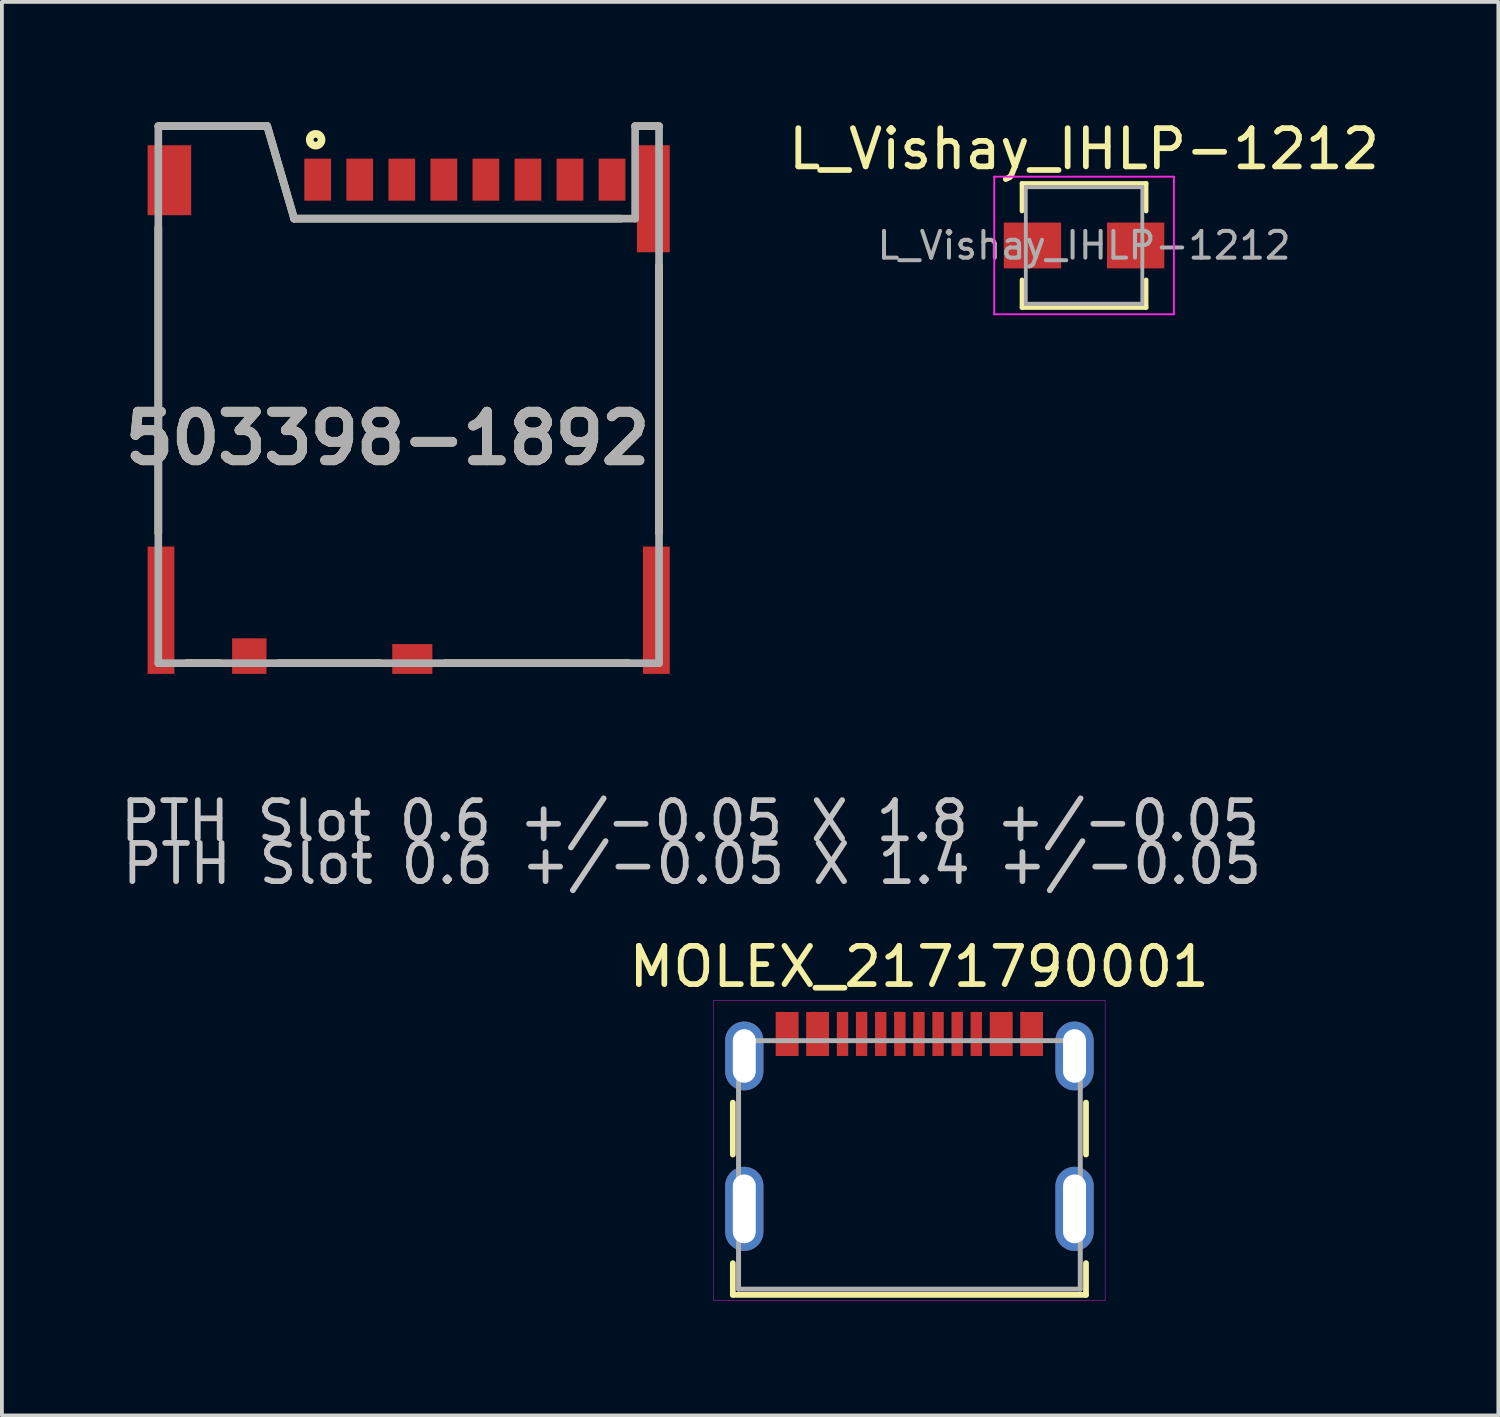
<source format=kicad_pcb>
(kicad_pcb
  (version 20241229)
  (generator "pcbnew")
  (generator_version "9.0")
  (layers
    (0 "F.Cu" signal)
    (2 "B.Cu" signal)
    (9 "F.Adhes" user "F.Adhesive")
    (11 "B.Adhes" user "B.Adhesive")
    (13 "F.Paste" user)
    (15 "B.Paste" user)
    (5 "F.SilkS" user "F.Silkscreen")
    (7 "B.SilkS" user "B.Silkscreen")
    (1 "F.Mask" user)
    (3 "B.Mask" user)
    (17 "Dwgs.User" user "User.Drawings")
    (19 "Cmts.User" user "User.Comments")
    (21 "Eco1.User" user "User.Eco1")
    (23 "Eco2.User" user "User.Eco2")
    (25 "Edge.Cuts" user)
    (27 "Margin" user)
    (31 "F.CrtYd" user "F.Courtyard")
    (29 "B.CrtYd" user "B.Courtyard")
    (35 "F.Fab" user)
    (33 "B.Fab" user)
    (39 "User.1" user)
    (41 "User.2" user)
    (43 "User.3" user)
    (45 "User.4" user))
  (footprint "MOLEX_2171790001"
    (layer "F.Cu")
    (at 20.742 27.426)
    (property "Reference" "MOLEX_2171790001" (at 0.255 -5.185 0) (layer "F.SilkS") (effects (font (size 1 1) (thickness 0.15))))
    (attr through_hole)
    (fp_poly (pts (xy -3.558 -4.064) (xy -2.841 -4.064) (xy -2.841 -2.787) (xy -3.558 -2.787)) (stroke (width 0.01) (type solid)) (fill yes) (layer "F.Mask"))
    (fp_poly (pts (xy -2.759 -4.064) (xy -2.042 -4.064) (xy -2.042 -2.787) (xy -2.759 -2.787)) (stroke (width 0.01) (type solid)) (fill yes) (layer "F.Mask"))
    (fp_poly (pts (xy -1.962 -4.064) (xy -1.538 -4.064) (xy -1.538 -2.787) (xy -1.962 -2.787)) (stroke (width 0.01) (type solid)) (fill yes) (layer "F.Mask"))
    (fp_poly (pts (xy -1.462 -4.064) (xy -1.038 -4.064) (xy -1.038 -2.787) (xy -1.462 -2.787)) (stroke (width 0.01) (type solid)) (fill yes) (layer "F.Mask"))
    (fp_poly (pts (xy -0.963 -4.064) (xy -0.537 -4.064) (xy -0.537 -2.787) (xy -0.963 -2.787)) (stroke (width 0.01) (type solid)) (fill yes) (layer "F.Mask"))
    (fp_poly (pts (xy -0.463 -4.064) (xy -0.037 -4.064) (xy -0.037 -2.787) (xy -0.463 -2.787)) (stroke (width 0.01) (type solid)) (fill yes) (layer "F.Mask"))
    (fp_poly (pts (xy 0.037 -4.064) (xy 0.463 -4.064) (xy 0.463 -2.787) (xy 0.037 -2.787)) (stroke (width 0.01) (type solid)) (fill yes) (layer "F.Mask"))
    (fp_poly (pts (xy 0.537 -4.064) (xy 0.963 -4.064) (xy 0.963 -2.787) (xy 0.537 -2.787)) (stroke (width 0.01) (type solid)) (fill yes) (layer "F.Mask"))
    (fp_poly (pts (xy 1.038 -4.064) (xy 1.462 -4.064) (xy 1.462 -2.787) (xy 1.038 -2.787)) (stroke (width 0.01) (type solid)) (fill yes) (layer "F.Mask"))
    (fp_poly (pts (xy 1.538 -4.064) (xy 1.962 -4.064) (xy 1.962 -2.787) (xy 1.538 -2.787)) (stroke (width 0.01) (type solid)) (fill yes) (layer "F.Mask"))
    (fp_poly (pts (xy 2.042 -4.064) (xy 2.759 -4.064) (xy 2.759 -2.787) (xy 2.042 -2.787)) (stroke (width 0.01) (type solid)) (fill yes) (layer "F.Mask"))
    (fp_poly (pts (xy 2.841 -4.064) (xy 3.558 -4.064) (xy 3.558 -2.787) (xy 2.841 -2.787)) (stroke (width 0.01) (type solid)) (fill yes) (layer "F.Mask"))
    (fp_line (start -4.62 -0.27) (end -4.62 -1.63) (stroke (width 0.15) (type solid)) (layer "F.SilkS"))
    (fp_line (start -4.62 3.4) (end -4.62 2.57) (stroke (width 0.15) (type solid)) (layer "F.SilkS"))
    (fp_line (start 4.62 -1.63) (end 4.62 -0.27) (stroke (width 0.15) (type solid)) (layer "F.SilkS"))
    (fp_line (start 4.62 2.57) (end 4.62 3.4) (stroke (width 0.15) (type solid)) (layer "F.SilkS"))
    (fp_line (start 4.62 3.4) (end -4.62 3.4) (stroke (width 0.15) (type solid)) (layer "F.SilkS"))
    (fp_line (start -5.12 -4.3) (end 5.12 -4.3) (stroke (width 0.01) (type solid)) (layer "F.CrtYd"))
    (fp_line (start -5.12 3.55) (end -5.12 -4.3) (stroke (width 0.01) (type solid)) (layer "F.CrtYd"))
    (fp_line (start 5.12 -4.3) (end 5.12 3.55) (stroke (width 0.01) (type solid)) (layer "F.CrtYd"))
    (fp_line (start 5.12 3.55) (end -5.12 3.55) (stroke (width 0.01) (type solid)) (layer "F.CrtYd"))
    (fp_line (start -4.47 -3.25) (end 4.47 -3.25) (stroke (width 0.13) (type solid)) (layer "F.Fab"))
    (fp_line (start -4.47 3.25) (end -4.47 -3.25) (stroke (width 0.13) (type solid)) (layer "F.Fab"))
    (fp_line (start 4.47 -3.25) (end 4.47 3.25) (stroke (width 0.13) (type solid)) (layer "F.Fab"))
    (fp_line (start 4.47 3.25) (end -4.47 3.25) (stroke (width 0.13) (type solid)) (layer "F.Fab"))
    (fp_text user "PTH Slot 0.6 +/-0.05 X 1.8 +/-0.05" (at -5.736 -8.998 0) (layer "Dwgs.User") (effects (font (size 1 1) (thickness 0.15))))
    (fp_text user "PTH Slot 0.6 +/-0.05 X 1.4 +/-0.05" (at -5.686 -7.878 0) (layer "Dwgs.User") (effects (font (size 1 1) (thickness 0.15))))
    (pad "A1" smd rect (at -3.2 -3.425) (size 0.59 1.15) (layers "F.Cu" "F.Paste"))
    (pad "A4" smd rect (at -2.4 -3.425) (size 0.59 1.15) (layers "F.Cu" "F.Paste"))
    (pad "A5" smd rect (at -1.25 -3.425) (size 0.298 1.15) (layers "F.Cu" "F.Paste"))
    (pad "A6" smd rect (at -0.25 -3.425) (size 0.298 1.15) (layers "F.Cu" "F.Paste"))
    (pad "A7" smd rect (at 0.25 -3.425) (size 0.298 1.15) (layers "F.Cu" "F.Paste"))
    (pad "A8" smd rect (at 1.25 -3.425) (size 0.298 1.15) (layers "F.Cu" "F.Paste"))
    (pad "A9" smd rect (at 2.4 -3.425) (size 0.59 1.15) (layers "F.Cu" "F.Paste"))
    (pad "A12" smd rect (at 3.2 -3.425) (size 0.59 1.15) (layers "F.Cu" "F.Paste"))
    (pad "B1" smd rect (at 3.2 -3.425) (size 0.59 1.15) (layers "F.Cu" "F.Paste"))
    (pad "B4" smd rect (at 2.4 -3.425) (size 0.59 1.15) (layers "F.Cu" "F.Paste"))
    (pad "B5" smd rect (at 1.75 -3.425) (size 0.298 1.15) (layers "F.Cu" "F.Paste"))
    (pad "B6" smd rect (at 0.75 -3.425) (size 0.298 1.15) (layers "F.Cu" "F.Paste"))
    (pad "B7" smd rect (at -0.75 -3.425) (size 0.298 1.15) (layers "F.Cu" "F.Paste"))
    (pad "B8" smd rect (at -1.75 -3.425) (size 0.298 1.15) (layers "F.Cu" "F.Paste"))
    (pad "B9" smd rect (at -2.4 -3.425) (size 0.59 1.15) (layers "F.Cu" "F.Paste"))
    (pad "B12" smd rect (at -3.2 -3.425) (size 0.59 1.15) (layers "F.Cu" "F.Paste"))
    (pad "S1" thru_hole oval (at -4.32 -2.85) (size 1 1.8) (drill oval 0.6 1.4) (layers "*.Cu" "*.Mask"))
    (pad "S1" thru_hole oval (at -4.32 1.15) (size 1 2.2) (drill oval 0.6 1.8) (layers "*.Cu" "*.Mask"))
    (pad "S1" thru_hole oval (at 4.32 -2.85) (size 1 1.8) (drill oval 0.6 1.4) (layers "*.Cu" "*.Mask"))
    (pad "S1" thru_hole oval (at 4.32 1.15) (size 1 2.2) (drill oval 0.6 1.8) (layers "*.Cu" "*.Mask")))
  (footprint "503398-1892"
    (layer "F.Cu")
    (at 1.092 0.25)
    (property "Reference" "503398-1892" (at 5.996 8.167 0) (layer "F.SilkS") (effects (font (size 1.27 1.27) (thickness 0.254))))
    (attr smd)
    (fp_line (start 0 0) (end 2.849 0) (stroke (width 0.2) (type solid)) (layer "F.SilkS"))
    (fp_line (start 0 2.65) (end 0 10.648) (stroke (width 0.2) (type solid)) (layer "F.SilkS"))
    (fp_line (start 0.74 14.05) (end 1.6 14.05) (stroke (width 0.2) (type solid)) (layer "F.SilkS"))
    (fp_line (start 2.849 0) (end 3.554 2.42) (stroke (width 0.2) (type solid)) (layer "F.SilkS"))
    (fp_line (start 3.15 14.05) (end 5.8 14.05) (stroke (width 0.2) (type solid)) (layer "F.SilkS"))
    (fp_line (start 3.554 2.42) (end 12.109 2.42) (stroke (width 0.2) (type solid)) (layer "F.SilkS"))
    (fp_line (start 7.5 14.05) (end 12.3 14.05) (stroke (width 0.2) (type solid)) (layer "F.SilkS"))
    (fp_line (start 13.1 0) (end 12.474 0) (stroke (width 0.2) (type solid)) (layer "F.SilkS"))
    (fp_line (start 13.1 3.65) (end 13.1 10.65) (stroke (width 0.2) (type solid)) (layer "F.SilkS"))
    (fp_circle (center 4.116 0.356) (end 4.116 0.411) (stroke (width 0.2) (type solid)) (fill no) (layer "F.SilkS"))
    (fp_line (start 0 0) (end 0 14.05) (stroke (width 0.2) (type solid)) (layer "F.Fab"))
    (fp_line (start 0 0) (end 2.849 0) (stroke (width 0.2) (type solid)) (layer "F.Fab"))
    (fp_line (start 0 14.05) (end 13.1 14.05) (stroke (width 0.2) (type solid)) (layer "F.Fab"))
    (fp_line (start 2.849 0) (end 3.554 2.42) (stroke (width 0.2) (type solid)) (layer "F.Fab"))
    (fp_line (start 12.474 0) (end 12.474 2.42) (stroke (width 0.2) (type solid)) (layer "F.Fab"))
    (fp_line (start 12.474 2.42) (end 3.554 2.42) (stroke (width 0.2) (type solid)) (layer "F.Fab"))
    (fp_line (start 13.1 0) (end 12.474 0) (stroke (width 0.2) (type solid)) (layer "F.Fab"))
    (fp_line (start 13.1 14.05) (end 13.1 0) (stroke (width 0.2) (type solid)) (layer "F.Fab"))
    (fp_text user "${REFERENCE}" (at 5.996 8.167 0) (layer "F.Fab") (effects (font (size 1.27 1.27) (thickness 0.254))))
    (pad "1" smd rect (at 4.17 1.4) (size 0.7 1.1) (layers "F.Cu" "F.Mask" "F.Paste"))
    (pad "2" smd rect (at 5.27 1.4) (size 0.7 1.1) (layers "F.Cu" "F.Mask" "F.Paste"))
    (pad "3" smd rect (at 6.37 1.4) (size 0.7 1.1) (layers "F.Cu" "F.Mask" "F.Paste"))
    (pad "4" smd rect (at 7.47 1.4) (size 0.7 1.1) (layers "F.Cu" "F.Mask" "F.Paste"))
    (pad "5" smd rect (at 8.57 1.4) (size 0.7 1.1) (layers "F.Cu" "F.Mask" "F.Paste"))
    (pad "6" smd rect (at 9.67 1.4) (size 0.7 1.1) (layers "F.Cu" "F.Mask" "F.Paste"))
    (pad "7" smd rect (at 10.77 1.4) (size 0.7 1.1) (layers "F.Cu" "F.Mask" "F.Paste"))
    (pad "8" smd rect (at 11.87 1.4) (size 0.7 1.1) (layers "F.Cu" "F.Mask" "F.Paste"))
    (pad "9" smd rect (at 2.38 13.865) (size 0.9 0.93) (layers "F.Cu" "F.Mask" "F.Paste"))
    (pad "10" smd rect (at 6.645 13.94 90) (size 0.78 1.05) (layers "F.Cu" "F.Mask" "F.Paste"))
    (pad "11" smd rect (at 0.07 12.665) (size 0.7 3.33) (layers "F.Cu" "F.Mask" "F.Paste"))
    (pad "11" smd rect (at 0.29 1.415) (size 1.14 1.83) (layers "F.Cu" "F.Mask" "F.Paste"))
    (pad "11" smd rect (at 12.95 1.9) (size 0.86 2.8) (layers "F.Cu" "F.Mask" "F.Paste"))
    (pad "11" smd rect (at 13.03 12.665) (size 0.7 3.33) (layers "F.Cu" "F.Mask" "F.Paste")))
  (footprint "L_Vishay_IHLP-1212"
    (layer "F.Cu")
    (at 25.311 3.372)
    (property "Reference" "L_Vishay_IHLP-1212" (at 0 -2.524 0) (layer "F.SilkS") (effects (font (size 1 1) (thickness 0.15))))
    (attr smd)
    (fp_line (start -1.624 -1.624) (end 1.624 -1.624) (stroke (width 0.12) (type solid)) (layer "F.SilkS"))
    (fp_line (start -1.624 -0.9) (end -1.624 -1.624) (stroke (width 0.12) (type solid)) (layer "F.SilkS"))
    (fp_line (start -1.624 0.9) (end -1.624 1.624) (stroke (width 0.12) (type solid)) (layer "F.SilkS"))
    (fp_line (start -1.624 1.624) (end 1.624 1.624) (stroke (width 0.12) (type solid)) (layer "F.SilkS"))
    (fp_line (start 1.624 -1.624) (end 1.624 -0.9) (stroke (width 0.12) (type solid)) (layer "F.SilkS"))
    (fp_line (start 1.624 1.624) (end 1.624 0.9) (stroke (width 0.12) (type solid)) (layer "F.SilkS"))
    (fp_line (start -2.35 -1.8) (end -2.35 1.8) (stroke (width 0.05) (type solid)) (layer "F.CrtYd"))
    (fp_line (start -2.35 1.8) (end 2.35 1.8) (stroke (width 0.05) (type solid)) (layer "F.CrtYd"))
    (fp_line (start 2.35 -1.8) (end -2.35 -1.8) (stroke (width 0.05) (type solid)) (layer "F.CrtYd"))
    (fp_line (start 2.35 1.8) (end 2.35 -1.8) (stroke (width 0.05) (type solid)) (layer "F.CrtYd"))
    (fp_line (start -1.524 -1.524) (end -1.524 1.524) (stroke (width 0.1) (type solid)) (layer "F.Fab"))
    (fp_line (start -1.524 1.524) (end 1.524 1.524) (stroke (width 0.1) (type solid)) (layer "F.Fab"))
    (fp_line (start 1.524 -1.524) (end -1.524 -1.524) (stroke (width 0.1) (type solid)) (layer "F.Fab"))
    (fp_line (start 1.524 1.524) (end 1.524 -1.524) (stroke (width 0.1) (type solid)) (layer "F.Fab"))
    (fp_text user "${REFERENCE}" (at 0 0 0) (layer "F.Fab") (effects (font (size 0.7 0.7) (thickness 0.105))))
    (pad "1" smd rect (at -1.35 0) (size 1.5 1.2) (layers "F.Cu" "F.Mask" "F.Paste"))
    (pad "2" smd rect (at 1.35 0) (size 1.5 1.2) (layers "F.Cu" "F.Mask" "F.Paste")))
  (gr_rect
    (start -3 -3)
    (end 36.15 33.981)
    (stroke (width 0.1) (type default))
    (fill no)
    (layer "Edge.Cuts")))
</source>
